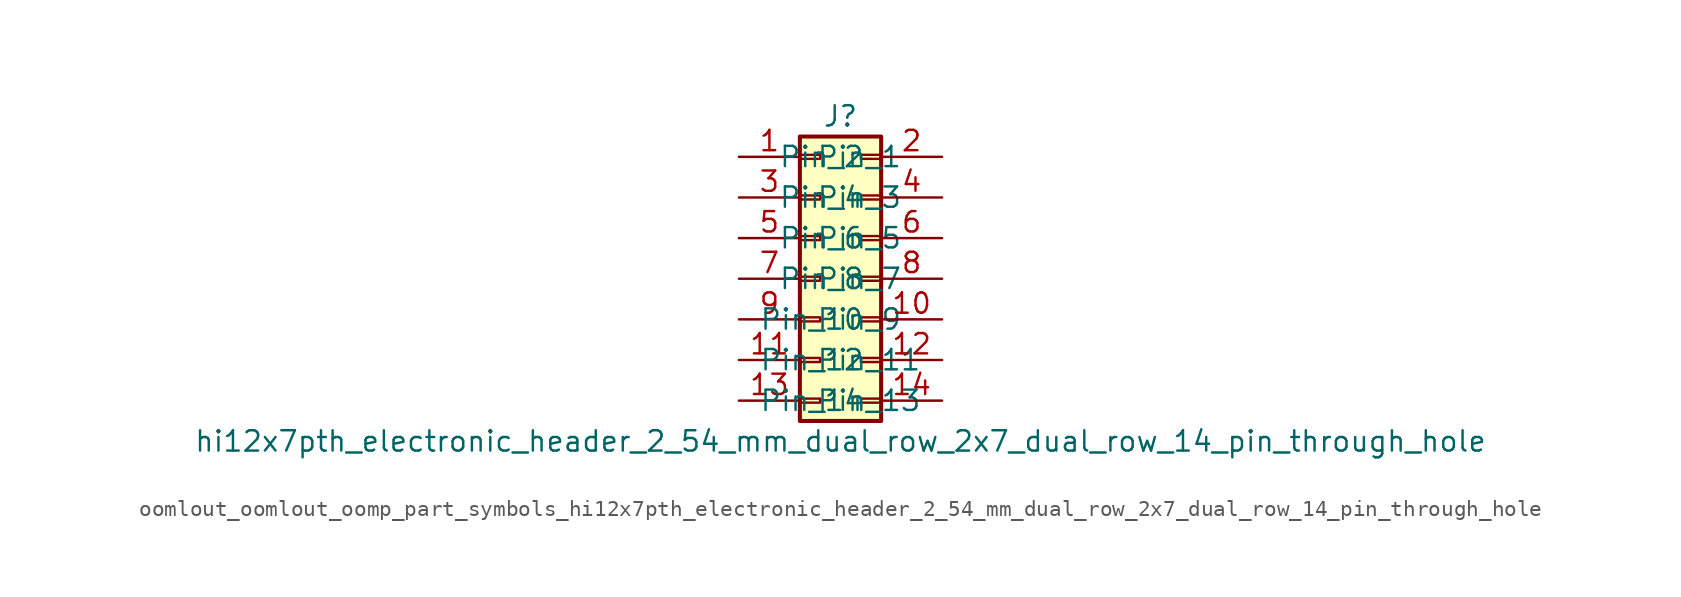
<source format=kicad_sym>
(kicad_symbol_lib
  (version 20220914)
  (generator kicad_symbol_editor)
  (symbol "oomlout_oomlout_oomp_part_symbols_hi12x7pth_electronic_header_2_54_mm_dual_row_2x7_dual_row_14_pin_through_hole"
    (pin_names
      (offset 1.016))
    (property "Reference" "J"
      (at 1.27 10.16 0)
      (effects (font (size 1.27 1.27))))
    (property "Value" "hi12x7pth_electronic_header_2_54_mm_dual_row_2x7_dual_row_14_pin_through_hole"
      (at 1.27 -10.16 0)
      (effects (font (size 1.27 1.27))))
    (symbol "oomlout_oomlout_oomp_part_symbols_hi12x7pth_electronic_header_2_54_mm_dual_row_2x7_dual_row_14_pin_through_hole_1_1"
      (rectangle (start -1.27 -7.493) (end 0 -7.747) (stroke (width 0.152) (type default)) (fill (type none)))
      (rectangle (start -1.27 -4.953) (end 0 -5.207) (stroke (width 0.152) (type default)) (fill (type none)))
      (rectangle (start -1.27 -2.413) (end 0 -2.667) (stroke (width 0.152) (type default)) (fill (type none)))
      (rectangle (start -1.27 0.127) (end 0 -0.127) (stroke (width 0.152) (type default)) (fill (type none)))
      (rectangle (start -1.27 2.667) (end 0 2.413) (stroke (width 0.152) (type default)) (fill (type none)))
      (rectangle (start -1.27 5.207) (end 0 4.953) (stroke (width 0.152) (type default)) (fill (type none)))
      (rectangle (start -1.27 7.747) (end 0 7.493) (stroke (width 0.152) (type default)) (fill (type none)))
      (rectangle (start -1.27 8.89) (end 3.81 -8.89) (stroke (width 0.254) (type default)) (fill (type background)))
      (rectangle (start 3.81 -7.493) (end 2.54 -7.747) (stroke (width 0.152) (type default)) (fill (type none)))
      (rectangle (start 3.81 -4.953) (end 2.54 -5.207) (stroke (width 0.152) (type default)) (fill (type none)))
      (rectangle (start 3.81 -2.413) (end 2.54 -2.667) (stroke (width 0.152) (type default)) (fill (type none)))
      (rectangle (start 3.81 0.127) (end 2.54 -0.127) (stroke (width 0.152) (type default)) (fill (type none)))
      (rectangle (start 3.81 2.667) (end 2.54 2.413) (stroke (width 0.152) (type default)) (fill (type none)))
      (rectangle (start 3.81 5.207) (end 2.54 4.953) (stroke (width 0.152) (type default)) (fill (type none)))
      (rectangle (start 3.81 7.747) (end 2.54 7.493) (stroke (width 0.152) (type default)) (fill (type none)))
      (pin passive line (at -5.08 7.62 0) (length 3.81) (name "Pin_1" (effects (font (size 1.27 1.27)))) (number "1" (effects (font (size 1.27 1.27)))))
      (pin passive line (at 7.62 -2.54 180) (length 3.81) (name "Pin_10" (effects (font (size 1.27 1.27)))) (number "10" (effects (font (size 1.27 1.27)))))
      (pin passive line (at -5.08 -5.08 0) (length 3.81) (name "Pin_11" (effects (font (size 1.27 1.27)))) (number "11" (effects (font (size 1.27 1.27)))))
      (pin passive line (at 7.62 -5.08 180) (length 3.81) (name "Pin_12" (effects (font (size 1.27 1.27)))) (number "12" (effects (font (size 1.27 1.27)))))
      (pin passive line (at -5.08 -7.62 0) (length 3.81) (name "Pin_13" (effects (font (size 1.27 1.27)))) (number "13" (effects (font (size 1.27 1.27)))))
      (pin passive line (at 7.62 -7.62 180) (length 3.81) (name "Pin_14" (effects (font (size 1.27 1.27)))) (number "14" (effects (font (size 1.27 1.27)))))
      (pin passive line (at 7.62 7.62 180) (length 3.81) (name "Pin_2" (effects (font (size 1.27 1.27)))) (number "2" (effects (font (size 1.27 1.27)))))
      (pin passive line (at -5.08 5.08 0) (length 3.81) (name "Pin_3" (effects (font (size 1.27 1.27)))) (number "3" (effects (font (size 1.27 1.27)))))
      (pin passive line (at 7.62 5.08 180) (length 3.81) (name "Pin_4" (effects (font (size 1.27 1.27)))) (number "4" (effects (font (size 1.27 1.27)))))
      (pin passive line (at -5.08 2.54 0) (length 3.81) (name "Pin_5" (effects (font (size 1.27 1.27)))) (number "5" (effects (font (size 1.27 1.27)))))
      (pin passive line (at 7.62 2.54 180) (length 3.81) (name "Pin_6" (effects (font (size 1.27 1.27)))) (number "6" (effects (font (size 1.27 1.27)))))
      (pin passive line (at -5.08 0 0) (length 3.81) (name "Pin_7" (effects (font (size 1.27 1.27)))) (number "7" (effects (font (size 1.27 1.27)))))
      (pin passive line (at 7.62 0 180) (length 3.81) (name "Pin_8" (effects (font (size 1.27 1.27)))) (number "8" (effects (font (size 1.27 1.27)))))
      (pin passive line (at -5.08 -2.54 0) (length 3.81) (name "Pin_9" (effects (font (size 1.27 1.27)))) (number "9" (effects (font (size 1.27 1.27))))))))
</source>
